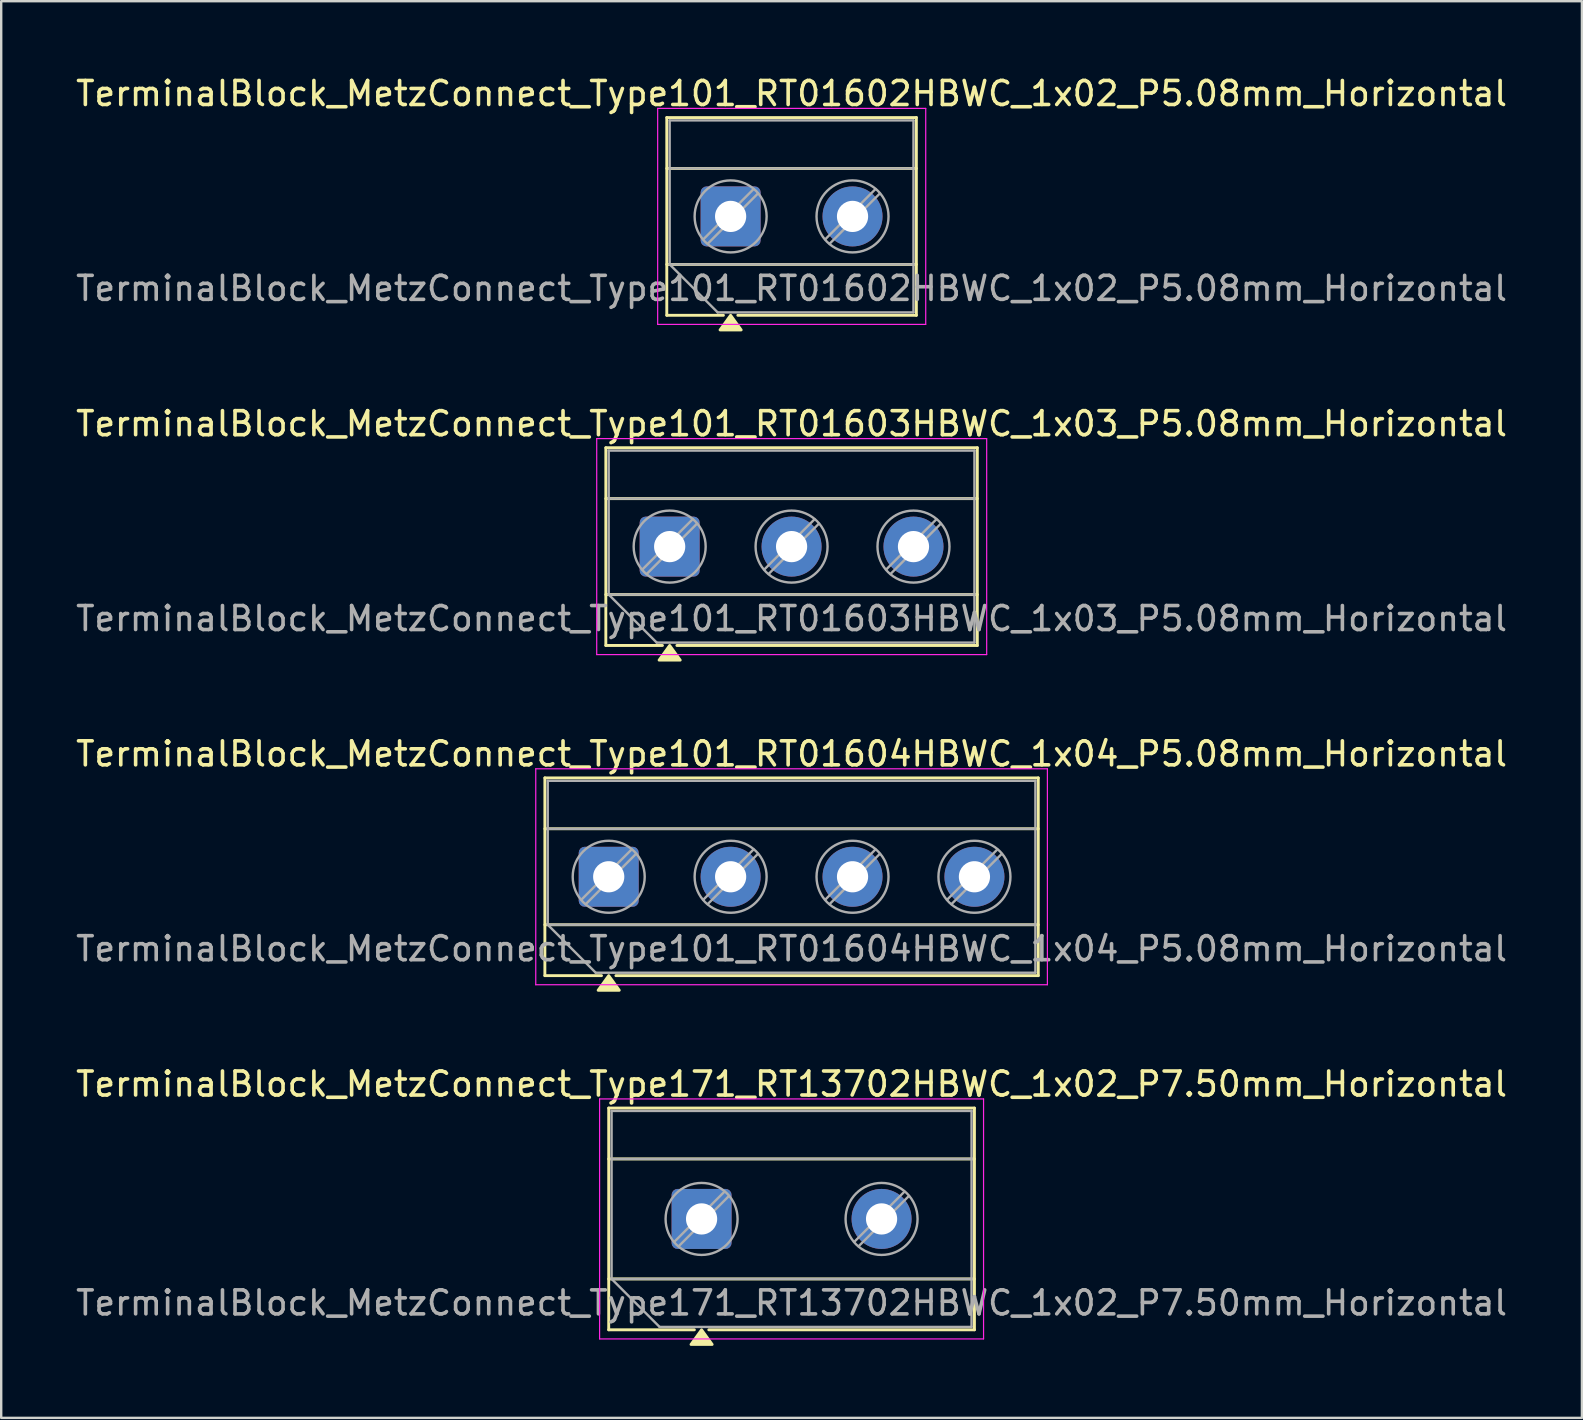
<source format=kicad_pcb>
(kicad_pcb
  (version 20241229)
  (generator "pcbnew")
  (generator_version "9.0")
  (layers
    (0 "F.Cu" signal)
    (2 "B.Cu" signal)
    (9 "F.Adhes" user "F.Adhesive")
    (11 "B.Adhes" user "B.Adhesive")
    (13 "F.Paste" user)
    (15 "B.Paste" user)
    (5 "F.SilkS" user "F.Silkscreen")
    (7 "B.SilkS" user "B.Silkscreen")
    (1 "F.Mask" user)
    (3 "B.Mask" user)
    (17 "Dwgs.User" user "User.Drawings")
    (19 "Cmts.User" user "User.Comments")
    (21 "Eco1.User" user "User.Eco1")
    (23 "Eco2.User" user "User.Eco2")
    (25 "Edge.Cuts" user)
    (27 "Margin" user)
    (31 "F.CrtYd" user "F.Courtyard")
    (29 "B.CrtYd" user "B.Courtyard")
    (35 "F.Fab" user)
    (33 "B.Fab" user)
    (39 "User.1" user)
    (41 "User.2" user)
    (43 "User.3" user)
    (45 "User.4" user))
  (footprint "TerminalBlock_MetzConnect_Type101_RT01603HBWC_1x03_P5.08mm_Horizontal"
    (layer "F.Cu")
    (at 24.855 19.727)
    (property "Reference" "TerminalBlock_MetzConnect_Type101_RT01603HBWC_1x03_P5.08mm_Horizontal" (at 5.08 -5.12 0) (layer "F.SilkS") (effects (font (size 1 1) (thickness 0.15))))
    (attr through_hole)
    (fp_line (start -2.66 -4.12) (end 12.82 -4.12) (stroke (width 0.12) (type solid)) (layer "F.SilkS"))
    (fp_line (start -2.66 -2) (end 12.82 -2) (stroke (width 0.12) (type solid)) (layer "F.SilkS"))
    (fp_line (start -2.66 2) (end 12.82 2) (stroke (width 0.12) (type solid)) (layer "F.SilkS"))
    (fp_line (start -2.66 4.12) (end -2.66 -4.12) (stroke (width 0.12) (type solid)) (layer "F.SilkS"))
    (fp_line (start -0.3 4.12) (end -2.66 4.12) (stroke (width 0.12) (type solid)) (layer "F.SilkS"))
    (fp_line (start 12.82 -4.12) (end 12.82 4.12) (stroke (width 0.12) (type solid)) (layer "F.SilkS"))
    (fp_line (start 12.82 4.12) (end 0.3 4.12) (stroke (width 0.12) (type solid)) (layer "F.SilkS"))
    (fp_poly (pts (xy 0 4.12) (xy 0.44 4.73) (xy -0.44 4.73)) (stroke (width 0.12) (type solid)) (fill yes) (layer "F.SilkS"))
    (fp_line (start -3.04 -4.5) (end -3.04 4.5) (stroke (width 0.05) (type solid)) (layer "F.CrtYd"))
    (fp_line (start -3.04 4.5) (end 13.21 4.5) (stroke (width 0.05) (type solid)) (layer "F.CrtYd"))
    (fp_line (start 13.21 -4.5) (end -3.04 -4.5) (stroke (width 0.05) (type solid)) (layer "F.CrtYd"))
    (fp_line (start 13.21 4.5) (end 13.21 -4.5) (stroke (width 0.05) (type solid)) (layer "F.CrtYd"))
    (fp_line (start -2.54 -4) (end 12.7 -4) (stroke (width 0.1) (type solid)) (layer "F.Fab"))
    (fp_line (start -2.54 -2) (end 12.7 -2) (stroke (width 0.1) (type solid)) (layer "F.Fab"))
    (fp_line (start -2.54 2) (end -2.54 -4) (stroke (width 0.1) (type solid)) (layer "F.Fab"))
    (fp_line (start -2.54 2) (end 12.7 2) (stroke (width 0.1) (type solid)) (layer "F.Fab"))
    (fp_line (start -0.54 4) (end -2.54 2) (stroke (width 0.1) (type solid)) (layer "F.Fab"))
    (fp_line (start 0.955 -1.138) (end -1.138 0.955) (stroke (width 0.1) (type solid)) (layer "F.Fab"))
    (fp_line (start 1.138 -0.955) (end -0.955 1.138) (stroke (width 0.1) (type solid)) (layer "F.Fab"))
    (fp_line (start 6.035 -1.138) (end 3.942 0.955) (stroke (width 0.1) (type solid)) (layer "F.Fab"))
    (fp_line (start 6.218 -0.955) (end 4.125 1.138) (stroke (width 0.1) (type solid)) (layer "F.Fab"))
    (fp_line (start 11.115 -1.138) (end 9.022 0.955) (stroke (width 0.1) (type solid)) (layer "F.Fab"))
    (fp_line (start 11.298 -0.955) (end 9.205 1.138) (stroke (width 0.1) (type solid)) (layer "F.Fab"))
    (fp_line (start 12.7 -4) (end 12.7 4) (stroke (width 0.1) (type solid)) (layer "F.Fab"))
    (fp_line (start 12.7 4) (end -0.54 4) (stroke (width 0.1) (type solid)) (layer "F.Fab"))
    (fp_circle (center 0 0) (end 1.5 0) (stroke (width 0.1) (type solid)) (fill no) (layer "F.Fab"))
    (fp_circle (center 5.08 0) (end 6.58 0) (stroke (width 0.1) (type solid)) (fill no) (layer "F.Fab"))
    (fp_circle (center 10.16 0) (end 11.66 0) (stroke (width 0.1) (type solid)) (fill no) (layer "F.Fab"))
    (fp_text user "${REFERENCE}" (at 5.08 3 0) (layer "F.Fab") (effects (font (size 1 1) (thickness 0.15))))
    (pad "1" thru_hole roundrect (at 0 0) (size 2.5 2.5) (drill 1.3) (layers "*.Cu" "*.Mask") (roundrect_rratio 0.1))
    (pad "2" thru_hole circle (at 5.08 0) (size 2.5 2.5) (drill 1.3) (layers "*.Cu" "*.Mask"))
    (pad "3" thru_hole circle (at 10.16 0) (size 2.5 2.5) (drill 1.3) (layers "*.Cu" "*.Mask")))
  (footprint "TerminalBlock_MetzConnect_Type171_RT13702HBWC_1x02_P7.50mm_Horizontal"
    (layer "F.Cu")
    (at 26.185 47.743)
    (property "Reference" "TerminalBlock_MetzConnect_Type171_RT13702HBWC_1x02_P7.50mm_Horizontal" (at 3.75 -5.62 0) (layer "F.SilkS") (effects (font (size 1 1) (thickness 0.15))))
    (attr through_hole)
    (fp_line (start -3.87 -4.62) (end 11.37 -4.62) (stroke (width 0.12) (type solid)) (layer "F.SilkS"))
    (fp_line (start -3.87 -2.5) (end 11.37 -2.5) (stroke (width 0.12) (type solid)) (layer "F.SilkS"))
    (fp_line (start -3.87 2.5) (end 11.37 2.5) (stroke (width 0.12) (type solid)) (layer "F.SilkS"))
    (fp_line (start -3.87 4.62) (end -3.87 -4.62) (stroke (width 0.12) (type solid)) (layer "F.SilkS"))
    (fp_line (start -0.3 4.62) (end -3.87 4.62) (stroke (width 0.12) (type solid)) (layer "F.SilkS"))
    (fp_line (start 11.37 -4.62) (end 11.37 4.62) (stroke (width 0.12) (type solid)) (layer "F.SilkS"))
    (fp_line (start 11.37 4.62) (end 0.3 4.62) (stroke (width 0.12) (type solid)) (layer "F.SilkS"))
    (fp_poly (pts (xy 0 4.62) (xy 0.44 5.23) (xy -0.44 5.23)) (stroke (width 0.12) (type solid)) (fill yes) (layer "F.SilkS"))
    (fp_line (start -4.25 -5) (end -4.25 5) (stroke (width 0.05) (type solid)) (layer "F.CrtYd"))
    (fp_line (start -4.25 5) (end 11.75 5) (stroke (width 0.05) (type solid)) (layer "F.CrtYd"))
    (fp_line (start 11.75 -5) (end -4.25 -5) (stroke (width 0.05) (type solid)) (layer "F.CrtYd"))
    (fp_line (start 11.75 5) (end 11.75 -5) (stroke (width 0.05) (type solid)) (layer "F.CrtYd"))
    (fp_line (start -3.75 -4.5) (end 11.25 -4.5) (stroke (width 0.1) (type solid)) (layer "F.Fab"))
    (fp_line (start -3.75 -2.5) (end 11.25 -2.5) (stroke (width 0.1) (type solid)) (layer "F.Fab"))
    (fp_line (start -3.75 2.5) (end -3.75 -4.5) (stroke (width 0.1) (type solid)) (layer "F.Fab"))
    (fp_line (start -3.75 2.5) (end 11.25 2.5) (stroke (width 0.1) (type solid)) (layer "F.Fab"))
    (fp_line (start -1.75 4.5) (end -3.75 2.5) (stroke (width 0.1) (type solid)) (layer "F.Fab"))
    (fp_line (start 0.955 -1.138) (end -1.138 0.955) (stroke (width 0.1) (type solid)) (layer "F.Fab"))
    (fp_line (start 1.138 -0.955) (end -0.955 1.138) (stroke (width 0.1) (type solid)) (layer "F.Fab"))
    (fp_line (start 8.455 -1.138) (end 6.362 0.955) (stroke (width 0.1) (type solid)) (layer "F.Fab"))
    (fp_line (start 8.638 -0.955) (end 6.545 1.138) (stroke (width 0.1) (type solid)) (layer "F.Fab"))
    (fp_line (start 11.25 -4.5) (end 11.25 4.5) (stroke (width 0.1) (type solid)) (layer "F.Fab"))
    (fp_line (start 11.25 4.5) (end -1.75 4.5) (stroke (width 0.1) (type solid)) (layer "F.Fab"))
    (fp_circle (center 0 0) (end 1.5 0) (stroke (width 0.1) (type solid)) (fill no) (layer "F.Fab"))
    (fp_circle (center 7.5 0) (end 9 0) (stroke (width 0.1) (type solid)) (fill no) (layer "F.Fab"))
    (fp_text user "${REFERENCE}" (at 3.75 3.5 0) (layer "F.Fab") (effects (font (size 1 1) (thickness 0.15))))
    (pad "1" thru_hole roundrect (at 0 0) (size 2.5 2.5) (drill 1.3) (layers "*.Cu" "*.Mask") (roundrect_rratio 0.1))
    (pad "2" thru_hole circle (at 7.5 0) (size 2.5 2.5) (drill 1.3) (layers "*.Cu" "*.Mask")))
  (footprint "TerminalBlock_MetzConnect_Type101_RT01602HBWC_1x02_P5.08mm_Horizontal"
    (layer "F.Cu")
    (at 27.395 5.968)
    (property "Reference" "TerminalBlock_MetzConnect_Type101_RT01602HBWC_1x02_P5.08mm_Horizontal" (at 2.54 -5.12 0) (layer "F.SilkS") (effects (font (size 1 1) (thickness 0.15))))
    (attr through_hole)
    (fp_line (start -2.66 -4.12) (end 7.74 -4.12) (stroke (width 0.12) (type solid)) (layer "F.SilkS"))
    (fp_line (start -2.66 -2) (end 7.74 -2) (stroke (width 0.12) (type solid)) (layer "F.SilkS"))
    (fp_line (start -2.66 2) (end 7.74 2) (stroke (width 0.12) (type solid)) (layer "F.SilkS"))
    (fp_line (start -2.66 4.12) (end -2.66 -4.12) (stroke (width 0.12) (type solid)) (layer "F.SilkS"))
    (fp_line (start -0.3 4.12) (end -2.66 4.12) (stroke (width 0.12) (type solid)) (layer "F.SilkS"))
    (fp_line (start 7.74 -4.12) (end 7.74 4.12) (stroke (width 0.12) (type solid)) (layer "F.SilkS"))
    (fp_line (start 7.74 4.12) (end 0.3 4.12) (stroke (width 0.12) (type solid)) (layer "F.SilkS"))
    (fp_poly (pts (xy 0 4.12) (xy 0.44 4.73) (xy -0.44 4.73)) (stroke (width 0.12) (type solid)) (fill yes) (layer "F.SilkS"))
    (fp_line (start -3.04 -4.5) (end -3.04 4.5) (stroke (width 0.05) (type solid)) (layer "F.CrtYd"))
    (fp_line (start -3.04 4.5) (end 8.13 4.5) (stroke (width 0.05) (type solid)) (layer "F.CrtYd"))
    (fp_line (start 8.13 -4.5) (end -3.04 -4.5) (stroke (width 0.05) (type solid)) (layer "F.CrtYd"))
    (fp_line (start 8.13 4.5) (end 8.13 -4.5) (stroke (width 0.05) (type solid)) (layer "F.CrtYd"))
    (fp_line (start -2.54 -4) (end 7.62 -4) (stroke (width 0.1) (type solid)) (layer "F.Fab"))
    (fp_line (start -2.54 -2) (end 7.62 -2) (stroke (width 0.1) (type solid)) (layer "F.Fab"))
    (fp_line (start -2.54 2) (end -2.54 -4) (stroke (width 0.1) (type solid)) (layer "F.Fab"))
    (fp_line (start -2.54 2) (end 7.62 2) (stroke (width 0.1) (type solid)) (layer "F.Fab"))
    (fp_line (start -0.54 4) (end -2.54 2) (stroke (width 0.1) (type solid)) (layer "F.Fab"))
    (fp_line (start 0.955 -1.138) (end -1.138 0.955) (stroke (width 0.1) (type solid)) (layer "F.Fab"))
    (fp_line (start 1.138 -0.955) (end -0.955 1.138) (stroke (width 0.1) (type solid)) (layer "F.Fab"))
    (fp_line (start 6.035 -1.138) (end 3.942 0.955) (stroke (width 0.1) (type solid)) (layer "F.Fab"))
    (fp_line (start 6.218 -0.955) (end 4.125 1.138) (stroke (width 0.1) (type solid)) (layer "F.Fab"))
    (fp_line (start 7.62 -4) (end 7.62 4) (stroke (width 0.1) (type solid)) (layer "F.Fab"))
    (fp_line (start 7.62 4) (end -0.54 4) (stroke (width 0.1) (type solid)) (layer "F.Fab"))
    (fp_circle (center 0 0) (end 1.5 0) (stroke (width 0.1) (type solid)) (fill no) (layer "F.Fab"))
    (fp_circle (center 5.08 0) (end 6.58 0) (stroke (width 0.1) (type solid)) (fill no) (layer "F.Fab"))
    (fp_text user "${REFERENCE}" (at 2.54 3 0) (layer "F.Fab") (effects (font (size 1 1) (thickness 0.15))))
    (pad "1" thru_hole roundrect (at 0 0) (size 2.5 2.5) (drill 1.3) (layers "*.Cu" "*.Mask") (roundrect_rratio 0.1))
    (pad "2" thru_hole circle (at 5.08 0) (size 2.5 2.5) (drill 1.3) (layers "*.Cu" "*.Mask")))
  (footprint "TerminalBlock_MetzConnect_Type101_RT01604HBWC_1x04_P5.08mm_Horizontal"
    (layer "F.Cu")
    (at 22.315 33.485)
    (property "Reference" "TerminalBlock_MetzConnect_Type101_RT01604HBWC_1x04_P5.08mm_Horizontal" (at 7.62 -5.12 0) (layer "F.SilkS") (effects (font (size 1 1) (thickness 0.15))))
    (attr through_hole)
    (fp_line (start -2.66 -4.12) (end 17.9 -4.12) (stroke (width 0.12) (type solid)) (layer "F.SilkS"))
    (fp_line (start -2.66 -2) (end 17.9 -2) (stroke (width 0.12) (type solid)) (layer "F.SilkS"))
    (fp_line (start -2.66 2) (end 17.9 2) (stroke (width 0.12) (type solid)) (layer "F.SilkS"))
    (fp_line (start -2.66 4.12) (end -2.66 -4.12) (stroke (width 0.12) (type solid)) (layer "F.SilkS"))
    (fp_line (start -0.3 4.12) (end -2.66 4.12) (stroke (width 0.12) (type solid)) (layer "F.SilkS"))
    (fp_line (start 17.9 -4.12) (end 17.9 4.12) (stroke (width 0.12) (type solid)) (layer "F.SilkS"))
    (fp_line (start 17.9 4.12) (end 0.3 4.12) (stroke (width 0.12) (type solid)) (layer "F.SilkS"))
    (fp_poly (pts (xy 0 4.12) (xy 0.44 4.73) (xy -0.44 4.73)) (stroke (width 0.12) (type solid)) (fill yes) (layer "F.SilkS"))
    (fp_line (start -3.04 -4.5) (end -3.04 4.5) (stroke (width 0.05) (type solid)) (layer "F.CrtYd"))
    (fp_line (start -3.04 4.5) (end 18.28 4.5) (stroke (width 0.05) (type solid)) (layer "F.CrtYd"))
    (fp_line (start 18.28 -4.5) (end -3.04 -4.5) (stroke (width 0.05) (type solid)) (layer "F.CrtYd"))
    (fp_line (start 18.28 4.5) (end 18.28 -4.5) (stroke (width 0.05) (type solid)) (layer "F.CrtYd"))
    (fp_line (start -2.54 -4) (end 17.78 -4) (stroke (width 0.1) (type solid)) (layer "F.Fab"))
    (fp_line (start -2.54 -2) (end 17.78 -2) (stroke (width 0.1) (type solid)) (layer "F.Fab"))
    (fp_line (start -2.54 2) (end -2.54 -4) (stroke (width 0.1) (type solid)) (layer "F.Fab"))
    (fp_line (start -2.54 2) (end 17.78 2) (stroke (width 0.1) (type solid)) (layer "F.Fab"))
    (fp_line (start -0.54 4) (end -2.54 2) (stroke (width 0.1) (type solid)) (layer "F.Fab"))
    (fp_line (start 0.955 -1.138) (end -1.138 0.955) (stroke (width 0.1) (type solid)) (layer "F.Fab"))
    (fp_line (start 1.138 -0.955) (end -0.955 1.138) (stroke (width 0.1) (type solid)) (layer "F.Fab"))
    (fp_line (start 6.035 -1.138) (end 3.942 0.955) (stroke (width 0.1) (type solid)) (layer "F.Fab"))
    (fp_line (start 6.218 -0.955) (end 4.125 1.138) (stroke (width 0.1) (type solid)) (layer "F.Fab"))
    (fp_line (start 11.115 -1.138) (end 9.022 0.955) (stroke (width 0.1) (type solid)) (layer "F.Fab"))
    (fp_line (start 11.298 -0.955) (end 9.205 1.138) (stroke (width 0.1) (type solid)) (layer "F.Fab"))
    (fp_line (start 16.195 -1.138) (end 14.102 0.955) (stroke (width 0.1) (type solid)) (layer "F.Fab"))
    (fp_line (start 16.378 -0.955) (end 14.285 1.138) (stroke (width 0.1) (type solid)) (layer "F.Fab"))
    (fp_line (start 17.78 -4) (end 17.78 4) (stroke (width 0.1) (type solid)) (layer "F.Fab"))
    (fp_line (start 17.78 4) (end -0.54 4) (stroke (width 0.1) (type solid)) (layer "F.Fab"))
    (fp_circle (center 0 0) (end 1.5 0) (stroke (width 0.1) (type solid)) (fill no) (layer "F.Fab"))
    (fp_circle (center 5.08 0) (end 6.58 0) (stroke (width 0.1) (type solid)) (fill no) (layer "F.Fab"))
    (fp_circle (center 10.16 0) (end 11.66 0) (stroke (width 0.1) (type solid)) (fill no) (layer "F.Fab"))
    (fp_circle (center 15.24 0) (end 16.74 0) (stroke (width 0.1) (type solid)) (fill no) (layer "F.Fab"))
    (fp_text user "${REFERENCE}" (at 7.62 3 0) (layer "F.Fab") (effects (font (size 1 1) (thickness 0.15))))
    (pad "1" thru_hole roundrect (at 0 0) (size 2.5 2.5) (drill 1.3) (layers "*.Cu" "*.Mask") (roundrect_rratio 0.1))
    (pad "2" thru_hole circle (at 5.08 0) (size 2.5 2.5) (drill 1.3) (layers "*.Cu" "*.Mask"))
    (pad "3" thru_hole circle (at 10.16 0) (size 2.5 2.5) (drill 1.3) (layers "*.Cu" "*.Mask"))
    (pad "4" thru_hole circle (at 15.24 0) (size 2.5 2.5) (drill 1.3) (layers "*.Cu" "*.Mask")))
  (gr_rect
    (start -3 -3)
    (end 62.869 56.033)
    (stroke (width 0.1) (type default))
    (fill no)
    (layer "Edge.Cuts")))
</source>
